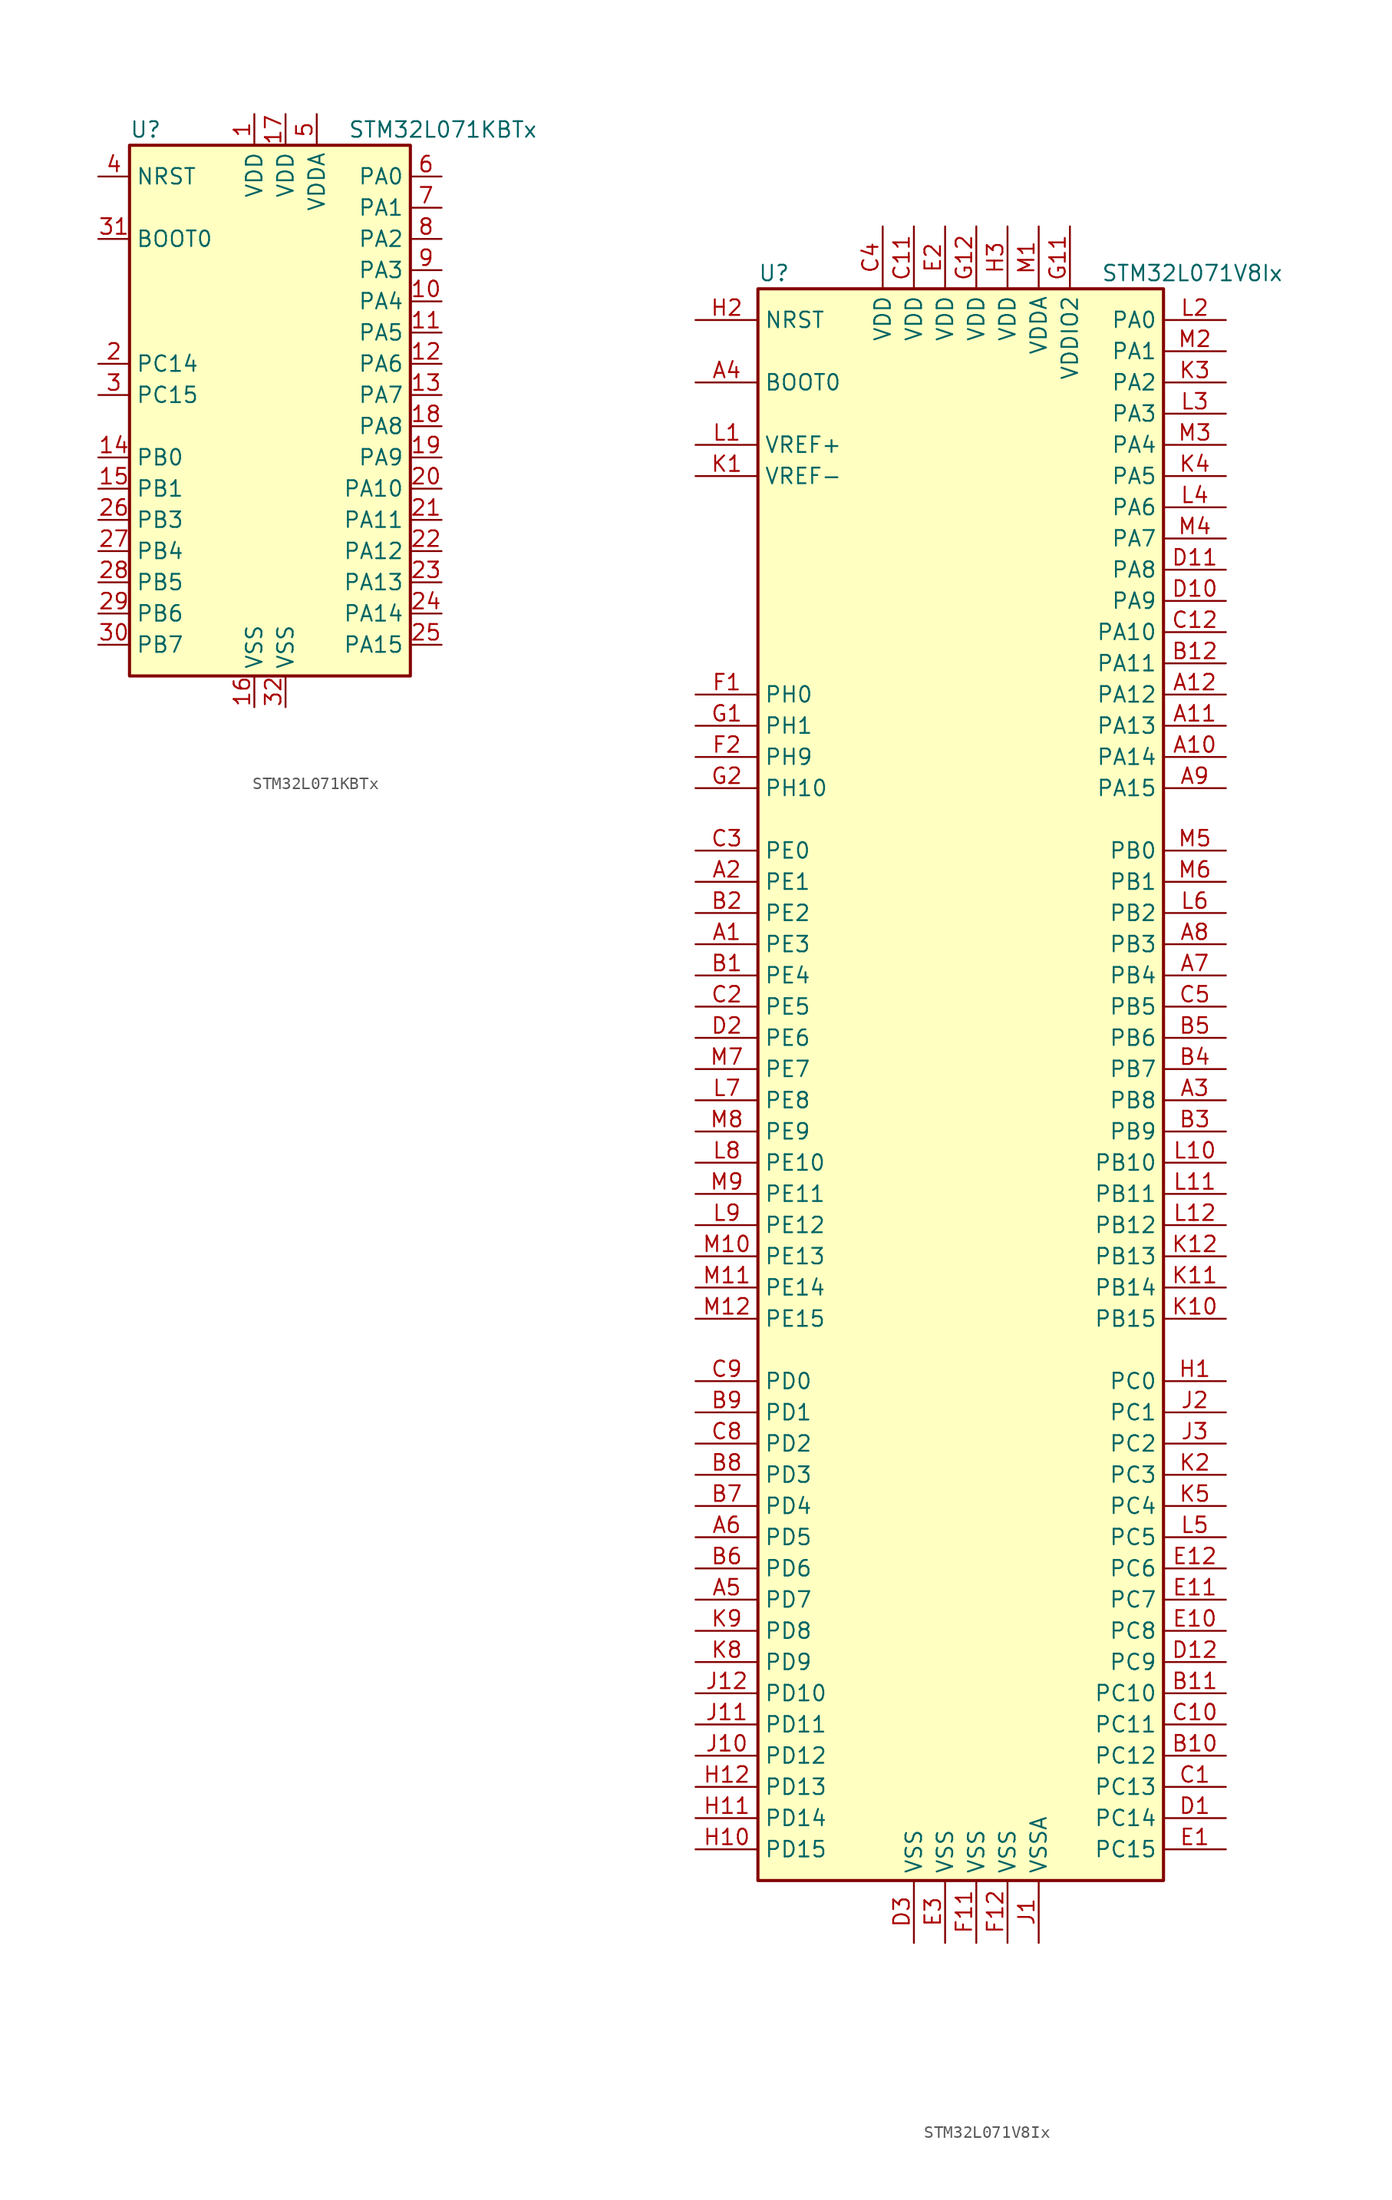
<source format=kicad_sym>
(kicad_symbol_lib
  (version 20201005)
  (generator kicad_symbol_editor)
  (symbol "MCU_ST_STM32L0:STM32L071KBTx"
    (property "Reference" "U"
      (at -12.7 21.59 0)
      (effects (font (size 1.27 1.27)) (justify left)))
    (property "Value" "STM32L071KBTx"
      (at 5.08 21.59 0)
      (effects (font (size 1.27 1.27)) (justify left)))
    (symbol "STM32L071KBTx_0_1"
      (rectangle (start -12.7 -22.86) (end 10.16 20.32) (stroke (width 0.254)) (fill (type background))))
    (symbol "STM32L071KBTx_1_1"
      (pin input line (at -15.24 12.7 0) (length 2.54) (name "BOOT0" (effects (font (size 1.27 1.27)))) (number "31" (effects (font (size 1.27 1.27)))))
      (pin input line (at -15.24 17.78 0) (length 2.54) (name "NRST" (effects (font (size 1.27 1.27)))) (number "4" (effects (font (size 1.27 1.27)))))
      (pin bidirectional line (at 12.7 17.78 180) (length 2.54) (name "PA0" (effects (font (size 1.27 1.27)))) (number "6" (effects (font (size 1.27 1.27)))))
      (pin bidirectional line (at 12.7 15.24 180) (length 2.54) (name "PA1" (effects (font (size 1.27 1.27)))) (number "7" (effects (font (size 1.27 1.27)))))
      (pin bidirectional line (at 12.7 -7.62 180) (length 2.54) (name "PA10" (effects (font (size 1.27 1.27)))) (number "20" (effects (font (size 1.27 1.27)))))
      (pin bidirectional line (at 12.7 -10.16 180) (length 2.54) (name "PA11" (effects (font (size 1.27 1.27)))) (number "21" (effects (font (size 1.27 1.27)))))
      (pin bidirectional line (at 12.7 -12.7 180) (length 2.54) (name "PA12" (effects (font (size 1.27 1.27)))) (number "22" (effects (font (size 1.27 1.27)))))
      (pin bidirectional line (at 12.7 -15.24 180) (length 2.54) (name "PA13" (effects (font (size 1.27 1.27)))) (number "23" (effects (font (size 1.27 1.27)))))
      (pin bidirectional line (at 12.7 -17.78 180) (length 2.54) (name "PA14" (effects (font (size 1.27 1.27)))) (number "24" (effects (font (size 1.27 1.27)))))
      (pin bidirectional line (at 12.7 -20.32 180) (length 2.54) (name "PA15" (effects (font (size 1.27 1.27)))) (number "25" (effects (font (size 1.27 1.27)))))
      (pin bidirectional line (at 12.7 12.7 180) (length 2.54) (name "PA2" (effects (font (size 1.27 1.27)))) (number "8" (effects (font (size 1.27 1.27)))))
      (pin bidirectional line (at 12.7 10.16 180) (length 2.54) (name "PA3" (effects (font (size 1.27 1.27)))) (number "9" (effects (font (size 1.27 1.27)))))
      (pin bidirectional line (at 12.7 7.62 180) (length 2.54) (name "PA4" (effects (font (size 1.27 1.27)))) (number "10" (effects (font (size 1.27 1.27)))))
      (pin bidirectional line (at 12.7 5.08 180) (length 2.54) (name "PA5" (effects (font (size 1.27 1.27)))) (number "11" (effects (font (size 1.27 1.27)))))
      (pin bidirectional line (at 12.7 2.54 180) (length 2.54) (name "PA6" (effects (font (size 1.27 1.27)))) (number "12" (effects (font (size 1.27 1.27)))))
      (pin bidirectional line (at 12.7 0 180) (length 2.54) (name "PA7" (effects (font (size 1.27 1.27)))) (number "13" (effects (font (size 1.27 1.27)))))
      (pin bidirectional line (at 12.7 -2.54 180) (length 2.54) (name "PA8" (effects (font (size 1.27 1.27)))) (number "18" (effects (font (size 1.27 1.27)))))
      (pin bidirectional line (at 12.7 -5.08 180) (length 2.54) (name "PA9" (effects (font (size 1.27 1.27)))) (number "19" (effects (font (size 1.27 1.27)))))
      (pin bidirectional line (at -15.24 -5.08 0) (length 2.54) (name "PB0" (effects (font (size 1.27 1.27)))) (number "14" (effects (font (size 1.27 1.27)))))
      (pin bidirectional line (at -15.24 -7.62 0) (length 2.54) (name "PB1" (effects (font (size 1.27 1.27)))) (number "15" (effects (font (size 1.27 1.27)))))
      (pin bidirectional line (at -15.24 -10.16 0) (length 2.54) (name "PB3" (effects (font (size 1.27 1.27)))) (number "26" (effects (font (size 1.27 1.27)))))
      (pin bidirectional line (at -15.24 -12.7 0) (length 2.54) (name "PB4" (effects (font (size 1.27 1.27)))) (number "27" (effects (font (size 1.27 1.27)))))
      (pin bidirectional line (at -15.24 -15.24 0) (length 2.54) (name "PB5" (effects (font (size 1.27 1.27)))) (number "28" (effects (font (size 1.27 1.27)))))
      (pin bidirectional line (at -15.24 -17.78 0) (length 2.54) (name "PB6" (effects (font (size 1.27 1.27)))) (number "29" (effects (font (size 1.27 1.27)))))
      (pin bidirectional line (at -15.24 -20.32 0) (length 2.54) (name "PB7" (effects (font (size 1.27 1.27)))) (number "30" (effects (font (size 1.27 1.27)))))
      (pin bidirectional line (at -15.24 2.54 0) (length 2.54) (name "PC14" (effects (font (size 1.27 1.27)))) (number "2" (effects (font (size 1.27 1.27)))))
      (pin bidirectional line (at -15.24 0 0) (length 2.54) (name "PC15" (effects (font (size 1.27 1.27)))) (number "3" (effects (font (size 1.27 1.27)))))
      (pin power_in line (at -2.54 22.86 270) (length 2.54) (name "VDD" (effects (font (size 1.27 1.27)))) (number "1" (effects (font (size 1.27 1.27)))))
      (pin power_in line (at 0 22.86 270) (length 2.54) (name "VDD" (effects (font (size 1.27 1.27)))) (number "17" (effects (font (size 1.27 1.27)))))
      (pin power_in line (at 2.54 22.86 270) (length 2.54) (name "VDDA" (effects (font (size 1.27 1.27)))) (number "5" (effects (font (size 1.27 1.27)))))
      (pin power_in line (at -2.54 -25.4 90) (length 2.54) (name "VSS" (effects (font (size 1.27 1.27)))) (number "16" (effects (font (size 1.27 1.27)))))
      (pin power_in line (at 0 -25.4 90) (length 2.54) (name "VSS" (effects (font (size 1.27 1.27)))) (number "32" (effects (font (size 1.27 1.27)))))))
  (symbol "MCU_ST_STM32L0:STM32L071V8Ix"
    (property "Reference" "U"
      (at -17.78 64.77 0)
      (effects (font (size 1.27 1.27)) (justify left)))
    (property "Value" "STM32L071V8Ix"
      (at 10.16 64.77 0)
      (effects (font (size 1.27 1.27)) (justify left)))
    (symbol "STM32L071V8Ix_0_1"
      (rectangle (start -17.78 -66.04) (end 15.24 63.5) (stroke (width 0.254)) (fill (type background))))
    (symbol "STM32L071V8Ix_1_1"
      (pin input line (at -22.86 55.88 0) (length 5.08) (name "BOOT0" (effects (font (size 1.27 1.27)))) (number "A4" (effects (font (size 1.27 1.27)))))
      (pin input line (at -22.86 60.96 0) (length 5.08) (name "NRST" (effects (font (size 1.27 1.27)))) (number "H2" (effects (font (size 1.27 1.27)))))
      (pin bidirectional line (at 20.32 60.96 180) (length 5.08) (name "PA0" (effects (font (size 1.27 1.27)))) (number "L2" (effects (font (size 1.27 1.27)))))
      (pin bidirectional line (at 20.32 58.42 180) (length 5.08) (name "PA1" (effects (font (size 1.27 1.27)))) (number "M2" (effects (font (size 1.27 1.27)))))
      (pin bidirectional line (at 20.32 35.56 180) (length 5.08) (name "PA10" (effects (font (size 1.27 1.27)))) (number "C12" (effects (font (size 1.27 1.27)))))
      (pin bidirectional line (at 20.32 33.02 180) (length 5.08) (name "PA11" (effects (font (size 1.27 1.27)))) (number "B12" (effects (font (size 1.27 1.27)))))
      (pin bidirectional line (at 20.32 30.48 180) (length 5.08) (name "PA12" (effects (font (size 1.27 1.27)))) (number "A12" (effects (font (size 1.27 1.27)))))
      (pin bidirectional line (at 20.32 27.94 180) (length 5.08) (name "PA13" (effects (font (size 1.27 1.27)))) (number "A11" (effects (font (size 1.27 1.27)))))
      (pin bidirectional line (at 20.32 25.4 180) (length 5.08) (name "PA14" (effects (font (size 1.27 1.27)))) (number "A10" (effects (font (size 1.27 1.27)))))
      (pin bidirectional line (at 20.32 22.86 180) (length 5.08) (name "PA15" (effects (font (size 1.27 1.27)))) (number "A9" (effects (font (size 1.27 1.27)))))
      (pin bidirectional line (at 20.32 55.88 180) (length 5.08) (name "PA2" (effects (font (size 1.27 1.27)))) (number "K3" (effects (font (size 1.27 1.27)))))
      (pin bidirectional line (at 20.32 53.34 180) (length 5.08) (name "PA3" (effects (font (size 1.27 1.27)))) (number "L3" (effects (font (size 1.27 1.27)))))
      (pin bidirectional line (at 20.32 50.8 180) (length 5.08) (name "PA4" (effects (font (size 1.27 1.27)))) (number "M3" (effects (font (size 1.27 1.27)))))
      (pin bidirectional line (at 20.32 48.26 180) (length 5.08) (name "PA5" (effects (font (size 1.27 1.27)))) (number "K4" (effects (font (size 1.27 1.27)))))
      (pin bidirectional line (at 20.32 45.72 180) (length 5.08) (name "PA6" (effects (font (size 1.27 1.27)))) (number "L4" (effects (font (size 1.27 1.27)))))
      (pin bidirectional line (at 20.32 43.18 180) (length 5.08) (name "PA7" (effects (font (size 1.27 1.27)))) (number "M4" (effects (font (size 1.27 1.27)))))
      (pin bidirectional line (at 20.32 40.64 180) (length 5.08) (name "PA8" (effects (font (size 1.27 1.27)))) (number "D11" (effects (font (size 1.27 1.27)))))
      (pin bidirectional line (at 20.32 38.1 180) (length 5.08) (name "PA9" (effects (font (size 1.27 1.27)))) (number "D10" (effects (font (size 1.27 1.27)))))
      (pin bidirectional line (at 20.32 17.78 180) (length 5.08) (name "PB0" (effects (font (size 1.27 1.27)))) (number "M5" (effects (font (size 1.27 1.27)))))
      (pin bidirectional line (at 20.32 15.24 180) (length 5.08) (name "PB1" (effects (font (size 1.27 1.27)))) (number "M6" (effects (font (size 1.27 1.27)))))
      (pin bidirectional line (at 20.32 -7.62 180) (length 5.08) (name "PB10" (effects (font (size 1.27 1.27)))) (number "L10" (effects (font (size 1.27 1.27)))))
      (pin bidirectional line (at 20.32 -10.16 180) (length 5.08) (name "PB11" (effects (font (size 1.27 1.27)))) (number "L11" (effects (font (size 1.27 1.27)))))
      (pin bidirectional line (at 20.32 -12.7 180) (length 5.08) (name "PB12" (effects (font (size 1.27 1.27)))) (number "L12" (effects (font (size 1.27 1.27)))))
      (pin bidirectional line (at 20.32 -15.24 180) (length 5.08) (name "PB13" (effects (font (size 1.27 1.27)))) (number "K12" (effects (font (size 1.27 1.27)))))
      (pin bidirectional line (at 20.32 -17.78 180) (length 5.08) (name "PB14" (effects (font (size 1.27 1.27)))) (number "K11" (effects (font (size 1.27 1.27)))))
      (pin bidirectional line (at 20.32 -20.32 180) (length 5.08) (name "PB15" (effects (font (size 1.27 1.27)))) (number "K10" (effects (font (size 1.27 1.27)))))
      (pin bidirectional line (at 20.32 12.7 180) (length 5.08) (name "PB2" (effects (font (size 1.27 1.27)))) (number "L6" (effects (font (size 1.27 1.27)))))
      (pin bidirectional line (at 20.32 10.16 180) (length 5.08) (name "PB3" (effects (font (size 1.27 1.27)))) (number "A8" (effects (font (size 1.27 1.27)))))
      (pin bidirectional line (at 20.32 7.62 180) (length 5.08) (name "PB4" (effects (font (size 1.27 1.27)))) (number "A7" (effects (font (size 1.27 1.27)))))
      (pin bidirectional line (at 20.32 5.08 180) (length 5.08) (name "PB5" (effects (font (size 1.27 1.27)))) (number "C5" (effects (font (size 1.27 1.27)))))
      (pin bidirectional line (at 20.32 2.54 180) (length 5.08) (name "PB6" (effects (font (size 1.27 1.27)))) (number "B5" (effects (font (size 1.27 1.27)))))
      (pin bidirectional line (at 20.32 0 180) (length 5.08) (name "PB7" (effects (font (size 1.27 1.27)))) (number "B4" (effects (font (size 1.27 1.27)))))
      (pin bidirectional line (at 20.32 -2.54 180) (length 5.08) (name "PB8" (effects (font (size 1.27 1.27)))) (number "A3" (effects (font (size 1.27 1.27)))))
      (pin bidirectional line (at 20.32 -5.08 180) (length 5.08) (name "PB9" (effects (font (size 1.27 1.27)))) (number "B3" (effects (font (size 1.27 1.27)))))
      (pin bidirectional line (at 20.32 -25.4 180) (length 5.08) (name "PC0" (effects (font (size 1.27 1.27)))) (number "H1" (effects (font (size 1.27 1.27)))))
      (pin bidirectional line (at 20.32 -27.94 180) (length 5.08) (name "PC1" (effects (font (size 1.27 1.27)))) (number "J2" (effects (font (size 1.27 1.27)))))
      (pin bidirectional line (at 20.32 -50.8 180) (length 5.08) (name "PC10" (effects (font (size 1.27 1.27)))) (number "B11" (effects (font (size 1.27 1.27)))))
      (pin bidirectional line (at 20.32 -53.34 180) (length 5.08) (name "PC11" (effects (font (size 1.27 1.27)))) (number "C10" (effects (font (size 1.27 1.27)))))
      (pin bidirectional line (at 20.32 -55.88 180) (length 5.08) (name "PC12" (effects (font (size 1.27 1.27)))) (number "B10" (effects (font (size 1.27 1.27)))))
      (pin bidirectional line (at 20.32 -58.42 180) (length 5.08) (name "PC13" (effects (font (size 1.27 1.27)))) (number "C1" (effects (font (size 1.27 1.27)))))
      (pin bidirectional line (at 20.32 -60.96 180) (length 5.08) (name "PC14" (effects (font (size 1.27 1.27)))) (number "D1" (effects (font (size 1.27 1.27)))))
      (pin bidirectional line (at 20.32 -63.5 180) (length 5.08) (name "PC15" (effects (font (size 1.27 1.27)))) (number "E1" (effects (font (size 1.27 1.27)))))
      (pin bidirectional line (at 20.32 -30.48 180) (length 5.08) (name "PC2" (effects (font (size 1.27 1.27)))) (number "J3" (effects (font (size 1.27 1.27)))))
      (pin bidirectional line (at 20.32 -33.02 180) (length 5.08) (name "PC3" (effects (font (size 1.27 1.27)))) (number "K2" (effects (font (size 1.27 1.27)))))
      (pin bidirectional line (at 20.32 -35.56 180) (length 5.08) (name "PC4" (effects (font (size 1.27 1.27)))) (number "K5" (effects (font (size 1.27 1.27)))))
      (pin bidirectional line (at 20.32 -38.1 180) (length 5.08) (name "PC5" (effects (font (size 1.27 1.27)))) (number "L5" (effects (font (size 1.27 1.27)))))
      (pin bidirectional line (at 20.32 -40.64 180) (length 5.08) (name "PC6" (effects (font (size 1.27 1.27)))) (number "E12" (effects (font (size 1.27 1.27)))))
      (pin bidirectional line (at 20.32 -43.18 180) (length 5.08) (name "PC7" (effects (font (size 1.27 1.27)))) (number "E11" (effects (font (size 1.27 1.27)))))
      (pin bidirectional line (at 20.32 -45.72 180) (length 5.08) (name "PC8" (effects (font (size 1.27 1.27)))) (number "E10" (effects (font (size 1.27 1.27)))))
      (pin bidirectional line (at 20.32 -48.26 180) (length 5.08) (name "PC9" (effects (font (size 1.27 1.27)))) (number "D12" (effects (font (size 1.27 1.27)))))
      (pin bidirectional line (at -22.86 -25.4 0) (length 5.08) (name "PD0" (effects (font (size 1.27 1.27)))) (number "C9" (effects (font (size 1.27 1.27)))))
      (pin bidirectional line (at -22.86 -27.94 0) (length 5.08) (name "PD1" (effects (font (size 1.27 1.27)))) (number "B9" (effects (font (size 1.27 1.27)))))
      (pin bidirectional line (at -22.86 -50.8 0) (length 5.08) (name "PD10" (effects (font (size 1.27 1.27)))) (number "J12" (effects (font (size 1.27 1.27)))))
      (pin bidirectional line (at -22.86 -53.34 0) (length 5.08) (name "PD11" (effects (font (size 1.27 1.27)))) (number "J11" (effects (font (size 1.27 1.27)))))
      (pin bidirectional line (at -22.86 -55.88 0) (length 5.08) (name "PD12" (effects (font (size 1.27 1.27)))) (number "J10" (effects (font (size 1.27 1.27)))))
      (pin bidirectional line (at -22.86 -58.42 0) (length 5.08) (name "PD13" (effects (font (size 1.27 1.27)))) (number "H12" (effects (font (size 1.27 1.27)))))
      (pin bidirectional line (at -22.86 -60.96 0) (length 5.08) (name "PD14" (effects (font (size 1.27 1.27)))) (number "H11" (effects (font (size 1.27 1.27)))))
      (pin bidirectional line (at -22.86 -63.5 0) (length 5.08) (name "PD15" (effects (font (size 1.27 1.27)))) (number "H10" (effects (font (size 1.27 1.27)))))
      (pin bidirectional line (at -22.86 -30.48 0) (length 5.08) (name "PD2" (effects (font (size 1.27 1.27)))) (number "C8" (effects (font (size 1.27 1.27)))))
      (pin bidirectional line (at -22.86 -33.02 0) (length 5.08) (name "PD3" (effects (font (size 1.27 1.27)))) (number "B8" (effects (font (size 1.27 1.27)))))
      (pin bidirectional line (at -22.86 -35.56 0) (length 5.08) (name "PD4" (effects (font (size 1.27 1.27)))) (number "B7" (effects (font (size 1.27 1.27)))))
      (pin bidirectional line (at -22.86 -38.1 0) (length 5.08) (name "PD5" (effects (font (size 1.27 1.27)))) (number "A6" (effects (font (size 1.27 1.27)))))
      (pin bidirectional line (at -22.86 -40.64 0) (length 5.08) (name "PD6" (effects (font (size 1.27 1.27)))) (number "B6" (effects (font (size 1.27 1.27)))))
      (pin bidirectional line (at -22.86 -43.18 0) (length 5.08) (name "PD7" (effects (font (size 1.27 1.27)))) (number "A5" (effects (font (size 1.27 1.27)))))
      (pin bidirectional line (at -22.86 -45.72 0) (length 5.08) (name "PD8" (effects (font (size 1.27 1.27)))) (number "K9" (effects (font (size 1.27 1.27)))))
      (pin bidirectional line (at -22.86 -48.26 0) (length 5.08) (name "PD9" (effects (font (size 1.27 1.27)))) (number "K8" (effects (font (size 1.27 1.27)))))
      (pin bidirectional line (at -22.86 17.78 0) (length 5.08) (name "PE0" (effects (font (size 1.27 1.27)))) (number "C3" (effects (font (size 1.27 1.27)))))
      (pin bidirectional line (at -22.86 15.24 0) (length 5.08) (name "PE1" (effects (font (size 1.27 1.27)))) (number "A2" (effects (font (size 1.27 1.27)))))
      (pin bidirectional line (at -22.86 -7.62 0) (length 5.08) (name "PE10" (effects (font (size 1.27 1.27)))) (number "L8" (effects (font (size 1.27 1.27)))))
      (pin bidirectional line (at -22.86 -10.16 0) (length 5.08) (name "PE11" (effects (font (size 1.27 1.27)))) (number "M9" (effects (font (size 1.27 1.27)))))
      (pin bidirectional line (at -22.86 -12.7 0) (length 5.08) (name "PE12" (effects (font (size 1.27 1.27)))) (number "L9" (effects (font (size 1.27 1.27)))))
      (pin bidirectional line (at -22.86 -15.24 0) (length 5.08) (name "PE13" (effects (font (size 1.27 1.27)))) (number "M10" (effects (font (size 1.27 1.27)))))
      (pin bidirectional line (at -22.86 -17.78 0) (length 5.08) (name "PE14" (effects (font (size 1.27 1.27)))) (number "M11" (effects (font (size 1.27 1.27)))))
      (pin bidirectional line (at -22.86 -20.32 0) (length 5.08) (name "PE15" (effects (font (size 1.27 1.27)))) (number "M12" (effects (font (size 1.27 1.27)))))
      (pin bidirectional line (at -22.86 12.7 0) (length 5.08) (name "PE2" (effects (font (size 1.27 1.27)))) (number "B2" (effects (font (size 1.27 1.27)))))
      (pin bidirectional line (at -22.86 10.16 0) (length 5.08) (name "PE3" (effects (font (size 1.27 1.27)))) (number "A1" (effects (font (size 1.27 1.27)))))
      (pin bidirectional line (at -22.86 7.62 0) (length 5.08) (name "PE4" (effects (font (size 1.27 1.27)))) (number "B1" (effects (font (size 1.27 1.27)))))
      (pin bidirectional line (at -22.86 5.08 0) (length 5.08) (name "PE5" (effects (font (size 1.27 1.27)))) (number "C2" (effects (font (size 1.27 1.27)))))
      (pin bidirectional line (at -22.86 2.54 0) (length 5.08) (name "PE6" (effects (font (size 1.27 1.27)))) (number "D2" (effects (font (size 1.27 1.27)))))
      (pin bidirectional line (at -22.86 0 0) (length 5.08) (name "PE7" (effects (font (size 1.27 1.27)))) (number "M7" (effects (font (size 1.27 1.27)))))
      (pin bidirectional line (at -22.86 -2.54 0) (length 5.08) (name "PE8" (effects (font (size 1.27 1.27)))) (number "L7" (effects (font (size 1.27 1.27)))))
      (pin bidirectional line (at -22.86 -5.08 0) (length 5.08) (name "PE9" (effects (font (size 1.27 1.27)))) (number "M8" (effects (font (size 1.27 1.27)))))
      (pin input line (at -22.86 30.48 0) (length 5.08) (name "PH0" (effects (font (size 1.27 1.27)))) (number "F1" (effects (font (size 1.27 1.27)))))
      (pin input line (at -22.86 27.94 0) (length 5.08) (name "PH1" (effects (font (size 1.27 1.27)))) (number "G1" (effects (font (size 1.27 1.27)))))
      (pin bidirectional line (at -22.86 22.86 0) (length 5.08) (name "PH10" (effects (font (size 1.27 1.27)))) (number "G2" (effects (font (size 1.27 1.27)))))
      (pin bidirectional line (at -22.86 25.4 0) (length 5.08) (name "PH9" (effects (font (size 1.27 1.27)))) (number "F2" (effects (font (size 1.27 1.27)))))
      (pin power_in line (at -5.08 68.58 270) (length 5.08) (name "VDD" (effects (font (size 1.27 1.27)))) (number "C11" (effects (font (size 1.27 1.27)))))
      (pin power_in line (at -7.62 68.58 270) (length 5.08) (name "VDD" (effects (font (size 1.27 1.27)))) (number "C4" (effects (font (size 1.27 1.27)))))
      (pin power_in line (at -2.54 68.58 270) (length 5.08) (name "VDD" (effects (font (size 1.27 1.27)))) (number "E2" (effects (font (size 1.27 1.27)))))
      (pin power_in line (at 0 68.58 270) (length 5.08) (name "VDD" (effects (font (size 1.27 1.27)))) (number "G12" (effects (font (size 1.27 1.27)))))
      (pin power_in line (at 2.54 68.58 270) (length 5.08) (name "VDD" (effects (font (size 1.27 1.27)))) (number "H3" (effects (font (size 1.27 1.27)))))
      (pin power_in line (at 5.08 68.58 270) (length 5.08) (name "VDDA" (effects (font (size 1.27 1.27)))) (number "M1" (effects (font (size 1.27 1.27)))))
      (pin power_in line (at 7.62 68.58 270) (length 5.08) (name "VDDIO2" (effects (font (size 1.27 1.27)))) (number "G11" (effects (font (size 1.27 1.27)))))
      (pin power_in line (at -22.86 50.8 0) (length 5.08) (name "VREF+" (effects (font (size 1.27 1.27)))) (number "L1" (effects (font (size 1.27 1.27)))))
      (pin power_in line (at -22.86 48.26 0) (length 5.08) (name "VREF-" (effects (font (size 1.27 1.27)))) (number "K1" (effects (font (size 1.27 1.27)))))
      (pin power_in line (at -5.08 -71.12 90) (length 5.08) (name "VSS" (effects (font (size 1.27 1.27)))) (number "D3" (effects (font (size 1.27 1.27)))))
      (pin power_in line (at -2.54 -71.12 90) (length 5.08) (name "VSS" (effects (font (size 1.27 1.27)))) (number "E3" (effects (font (size 1.27 1.27)))))
      (pin power_in line (at 0 -71.12 90) (length 5.08) (name "VSS" (effects (font (size 1.27 1.27)))) (number "F11" (effects (font (size 1.27 1.27)))))
      (pin power_in line (at 2.54 -71.12 90) (length 5.08) (name "VSS" (effects (font (size 1.27 1.27)))) (number "F12" (effects (font (size 1.27 1.27)))))
      (pin power_in line (at 5.08 -71.12 90) (length 5.08) (name "VSSA" (effects (font (size 1.27 1.27)))) (number "J1" (effects (font (size 1.27 1.27))))))))
</source>
